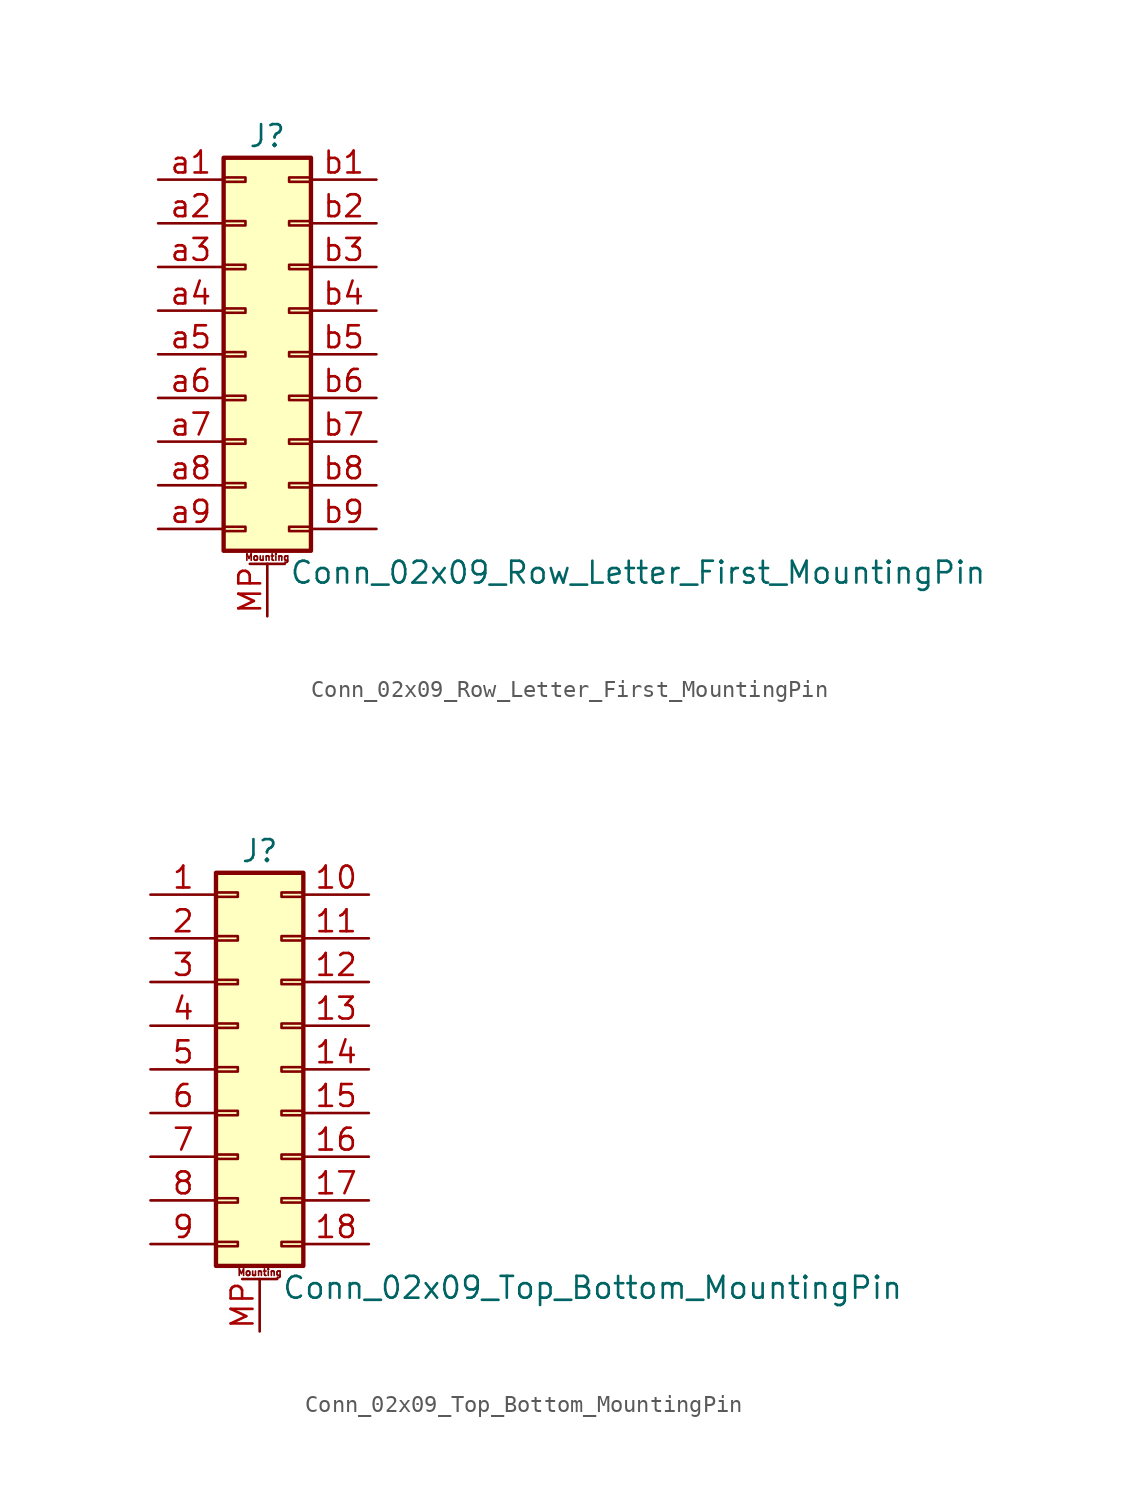
<source format=kicad_sym>
(kicad_symbol_lib
  (version 20201005)
  (generator kicad_symbol_editor)
  (symbol "Connector_Generic_MountingPin:Conn_02x09_Row_Letter_First_MountingPin"
    (pin_names
      (offset 1.016) hide)
    (property "Reference" "J"
      (at 1.27 12.7 0)
      (effects (font (size 1.27 1.27))))
    (property "Value" "Conn_02x09_Row_Letter_First_MountingPin"
      (at 2.54 -12.7 0)
      (effects (font (size 1.27 1.27)) (justify left)))
    (symbol "Conn_02x09_Row_Letter_First_MountingPin_1_1"
      (text "Mounting" (at 1.27 -11.811 0) (effects (font (size 0.381 0.381))))
      (rectangle (start -1.27 -4.953) (end 0 -5.207) (stroke (width 0.152)) (fill (type none)))
      (rectangle (start -1.27 -7.493) (end 0 -7.747) (stroke (width 0.152)) (fill (type none)))
      (rectangle (start -1.27 -10.033) (end 0 -10.287) (stroke (width 0.152)) (fill (type none)))
      (rectangle (start -1.27 -2.413) (end 0 -2.667) (stroke (width 0.152)) (fill (type none)))
      (rectangle (start -1.27 2.667) (end 0 2.413) (stroke (width 0.152)) (fill (type none)))
      (rectangle (start -1.27 5.207) (end 0 4.953) (stroke (width 0.152)) (fill (type none)))
      (rectangle (start -1.27 7.747) (end 0 7.493) (stroke (width 0.152)) (fill (type none)))
      (rectangle (start -1.27 10.287) (end 0 10.033) (stroke (width 0.152)) (fill (type none)))
      (rectangle (start -1.27 11.43) (end 3.81 -11.43) (stroke (width 0.254)) (fill (type background)))
      (rectangle (start -1.27 0.127) (end 0 -0.127) (stroke (width 0.152)) (fill (type none)))
      (rectangle (start 3.81 -4.953) (end 2.54 -5.207) (stroke (width 0.152)) (fill (type none)))
      (rectangle (start 3.81 -7.493) (end 2.54 -7.747) (stroke (width 0.152)) (fill (type none)))
      (rectangle (start 3.81 -10.033) (end 2.54 -10.287) (stroke (width 0.152)) (fill (type none)))
      (rectangle (start 3.81 -2.413) (end 2.54 -2.667) (stroke (width 0.152)) (fill (type none)))
      (rectangle (start 3.81 2.667) (end 2.54 2.413) (stroke (width 0.152)) (fill (type none)))
      (rectangle (start 3.81 5.207) (end 2.54 4.953) (stroke (width 0.152)) (fill (type none)))
      (rectangle (start 3.81 7.747) (end 2.54 7.493) (stroke (width 0.152)) (fill (type none)))
      (rectangle (start 3.81 10.287) (end 2.54 10.033) (stroke (width 0.152)) (fill (type none)))
      (rectangle (start 3.81 0.127) (end 2.54 -0.127) (stroke (width 0.152)) (fill (type none)))
      (polyline (pts (xy 0.254 -12.192) (xy 2.286 -12.192)) (stroke (width 0.152)) (fill (type none)))
      (pin passive line (at 1.27 -15.24 90) (length 3.048) (name "MountPin" (effects (font (size 1.27 1.27)))) (number "MP" (effects (font (size 1.27 1.27)))))
      (pin passive line (at -5.08 10.16 0) (length 3.81) (name "Pin_a1" (effects (font (size 1.27 1.27)))) (number "a1" (effects (font (size 1.27 1.27)))))
      (pin passive line (at -5.08 7.62 0) (length 3.81) (name "Pin_a2" (effects (font (size 1.27 1.27)))) (number "a2" (effects (font (size 1.27 1.27)))))
      (pin passive line (at -5.08 5.08 0) (length 3.81) (name "Pin_a3" (effects (font (size 1.27 1.27)))) (number "a3" (effects (font (size 1.27 1.27)))))
      (pin passive line (at -5.08 2.54 0) (length 3.81) (name "Pin_a4" (effects (font (size 1.27 1.27)))) (number "a4" (effects (font (size 1.27 1.27)))))
      (pin passive line (at -5.08 0 0) (length 3.81) (name "Pin_a5" (effects (font (size 1.27 1.27)))) (number "a5" (effects (font (size 1.27 1.27)))))
      (pin passive line (at -5.08 -2.54 0) (length 3.81) (name "Pin_a6" (effects (font (size 1.27 1.27)))) (number "a6" (effects (font (size 1.27 1.27)))))
      (pin passive line (at -5.08 -5.08 0) (length 3.81) (name "Pin_a7" (effects (font (size 1.27 1.27)))) (number "a7" (effects (font (size 1.27 1.27)))))
      (pin passive line (at -5.08 -7.62 0) (length 3.81) (name "Pin_a8" (effects (font (size 1.27 1.27)))) (number "a8" (effects (font (size 1.27 1.27)))))
      (pin passive line (at -5.08 -10.16 0) (length 3.81) (name "Pin_a9" (effects (font (size 1.27 1.27)))) (number "a9" (effects (font (size 1.27 1.27)))))
      (pin passive line (at 7.62 10.16 180) (length 3.81) (name "Pin_b1" (effects (font (size 1.27 1.27)))) (number "b1" (effects (font (size 1.27 1.27)))))
      (pin passive line (at 7.62 7.62 180) (length 3.81) (name "Pin_b2" (effects (font (size 1.27 1.27)))) (number "b2" (effects (font (size 1.27 1.27)))))
      (pin passive line (at 7.62 5.08 180) (length 3.81) (name "Pin_b3" (effects (font (size 1.27 1.27)))) (number "b3" (effects (font (size 1.27 1.27)))))
      (pin passive line (at 7.62 2.54 180) (length 3.81) (name "Pin_b4" (effects (font (size 1.27 1.27)))) (number "b4" (effects (font (size 1.27 1.27)))))
      (pin passive line (at 7.62 0 180) (length 3.81) (name "Pin_b5" (effects (font (size 1.27 1.27)))) (number "b5" (effects (font (size 1.27 1.27)))))
      (pin passive line (at 7.62 -2.54 180) (length 3.81) (name "Pin_b6" (effects (font (size 1.27 1.27)))) (number "b6" (effects (font (size 1.27 1.27)))))
      (pin passive line (at 7.62 -5.08 180) (length 3.81) (name "Pin_b7" (effects (font (size 1.27 1.27)))) (number "b7" (effects (font (size 1.27 1.27)))))
      (pin passive line (at 7.62 -7.62 180) (length 3.81) (name "Pin_b8" (effects (font (size 1.27 1.27)))) (number "b8" (effects (font (size 1.27 1.27)))))
      (pin passive line (at 7.62 -10.16 180) (length 3.81) (name "Pin_b9" (effects (font (size 1.27 1.27)))) (number "b9" (effects (font (size 1.27 1.27)))))))
  (symbol "Connector_Generic_MountingPin:Conn_02x09_Top_Bottom_MountingPin"
    (pin_names
      (offset 1.016) hide)
    (property "Reference" "J"
      (at 1.27 12.7 0)
      (effects (font (size 1.27 1.27))))
    (property "Value" "Conn_02x09_Top_Bottom_MountingPin"
      (at 2.54 -12.7 0)
      (effects (font (size 1.27 1.27)) (justify left)))
    (symbol "Conn_02x09_Top_Bottom_MountingPin_1_1"
      (text "Mounting" (at 1.27 -11.811 0) (effects (font (size 0.381 0.381))))
      (rectangle (start -1.27 -4.953) (end 0 -5.207) (stroke (width 0.152)) (fill (type none)))
      (rectangle (start -1.27 -7.493) (end 0 -7.747) (stroke (width 0.152)) (fill (type none)))
      (rectangle (start -1.27 -10.033) (end 0 -10.287) (stroke (width 0.152)) (fill (type none)))
      (rectangle (start -1.27 -2.413) (end 0 -2.667) (stroke (width 0.152)) (fill (type none)))
      (rectangle (start -1.27 2.667) (end 0 2.413) (stroke (width 0.152)) (fill (type none)))
      (rectangle (start -1.27 5.207) (end 0 4.953) (stroke (width 0.152)) (fill (type none)))
      (rectangle (start -1.27 7.747) (end 0 7.493) (stroke (width 0.152)) (fill (type none)))
      (rectangle (start -1.27 10.287) (end 0 10.033) (stroke (width 0.152)) (fill (type none)))
      (rectangle (start -1.27 11.43) (end 3.81 -11.43) (stroke (width 0.254)) (fill (type background)))
      (rectangle (start -1.27 0.127) (end 0 -0.127) (stroke (width 0.152)) (fill (type none)))
      (rectangle (start 3.81 -4.953) (end 2.54 -5.207) (stroke (width 0.152)) (fill (type none)))
      (rectangle (start 3.81 -7.493) (end 2.54 -7.747) (stroke (width 0.152)) (fill (type none)))
      (rectangle (start 3.81 -10.033) (end 2.54 -10.287) (stroke (width 0.152)) (fill (type none)))
      (rectangle (start 3.81 -2.413) (end 2.54 -2.667) (stroke (width 0.152)) (fill (type none)))
      (rectangle (start 3.81 2.667) (end 2.54 2.413) (stroke (width 0.152)) (fill (type none)))
      (rectangle (start 3.81 5.207) (end 2.54 4.953) (stroke (width 0.152)) (fill (type none)))
      (rectangle (start 3.81 7.747) (end 2.54 7.493) (stroke (width 0.152)) (fill (type none)))
      (rectangle (start 3.81 10.287) (end 2.54 10.033) (stroke (width 0.152)) (fill (type none)))
      (rectangle (start 3.81 0.127) (end 2.54 -0.127) (stroke (width 0.152)) (fill (type none)))
      (polyline (pts (xy 0.254 -12.192) (xy 2.286 -12.192)) (stroke (width 0.152)) (fill (type none)))
      (pin passive line (at 1.27 -15.24 90) (length 3.048) (name "MountPin" (effects (font (size 1.27 1.27)))) (number "MP" (effects (font (size 1.27 1.27)))))
      (pin passive line (at -5.08 10.16 0) (length 3.81) (name "Pin_1" (effects (font (size 1.27 1.27)))) (number "1" (effects (font (size 1.27 1.27)))))
      (pin passive line (at 7.62 10.16 180) (length 3.81) (name "Pin_10" (effects (font (size 1.27 1.27)))) (number "10" (effects (font (size 1.27 1.27)))))
      (pin passive line (at 7.62 7.62 180) (length 3.81) (name "Pin_11" (effects (font (size 1.27 1.27)))) (number "11" (effects (font (size 1.27 1.27)))))
      (pin passive line (at 7.62 5.08 180) (length 3.81) (name "Pin_12" (effects (font (size 1.27 1.27)))) (number "12" (effects (font (size 1.27 1.27)))))
      (pin passive line (at 7.62 2.54 180) (length 3.81) (name "Pin_13" (effects (font (size 1.27 1.27)))) (number "13" (effects (font (size 1.27 1.27)))))
      (pin passive line (at 7.62 0 180) (length 3.81) (name "Pin_14" (effects (font (size 1.27 1.27)))) (number "14" (effects (font (size 1.27 1.27)))))
      (pin passive line (at 7.62 -2.54 180) (length 3.81) (name "Pin_15" (effects (font (size 1.27 1.27)))) (number "15" (effects (font (size 1.27 1.27)))))
      (pin passive line (at 7.62 -5.08 180) (length 3.81) (name "Pin_16" (effects (font (size 1.27 1.27)))) (number "16" (effects (font (size 1.27 1.27)))))
      (pin passive line (at 7.62 -7.62 180) (length 3.81) (name "Pin_17" (effects (font (size 1.27 1.27)))) (number "17" (effects (font (size 1.27 1.27)))))
      (pin passive line (at 7.62 -10.16 180) (length 3.81) (name "Pin_18" (effects (font (size 1.27 1.27)))) (number "18" (effects (font (size 1.27 1.27)))))
      (pin passive line (at -5.08 7.62 0) (length 3.81) (name "Pin_2" (effects (font (size 1.27 1.27)))) (number "2" (effects (font (size 1.27 1.27)))))
      (pin passive line (at -5.08 5.08 0) (length 3.81) (name "Pin_3" (effects (font (size 1.27 1.27)))) (number "3" (effects (font (size 1.27 1.27)))))
      (pin passive line (at -5.08 2.54 0) (length 3.81) (name "Pin_4" (effects (font (size 1.27 1.27)))) (number "4" (effects (font (size 1.27 1.27)))))
      (pin passive line (at -5.08 0 0) (length 3.81) (name "Pin_5" (effects (font (size 1.27 1.27)))) (number "5" (effects (font (size 1.27 1.27)))))
      (pin passive line (at -5.08 -2.54 0) (length 3.81) (name "Pin_6" (effects (font (size 1.27 1.27)))) (number "6" (effects (font (size 1.27 1.27)))))
      (pin passive line (at -5.08 -5.08 0) (length 3.81) (name "Pin_7" (effects (font (size 1.27 1.27)))) (number "7" (effects (font (size 1.27 1.27)))))
      (pin passive line (at -5.08 -7.62 0) (length 3.81) (name "Pin_8" (effects (font (size 1.27 1.27)))) (number "8" (effects (font (size 1.27 1.27)))))
      (pin passive line (at -5.08 -10.16 0) (length 3.81) (name "Pin_9" (effects (font (size 1.27 1.27)))) (number "9" (effects (font (size 1.27 1.27))))))))
</source>
